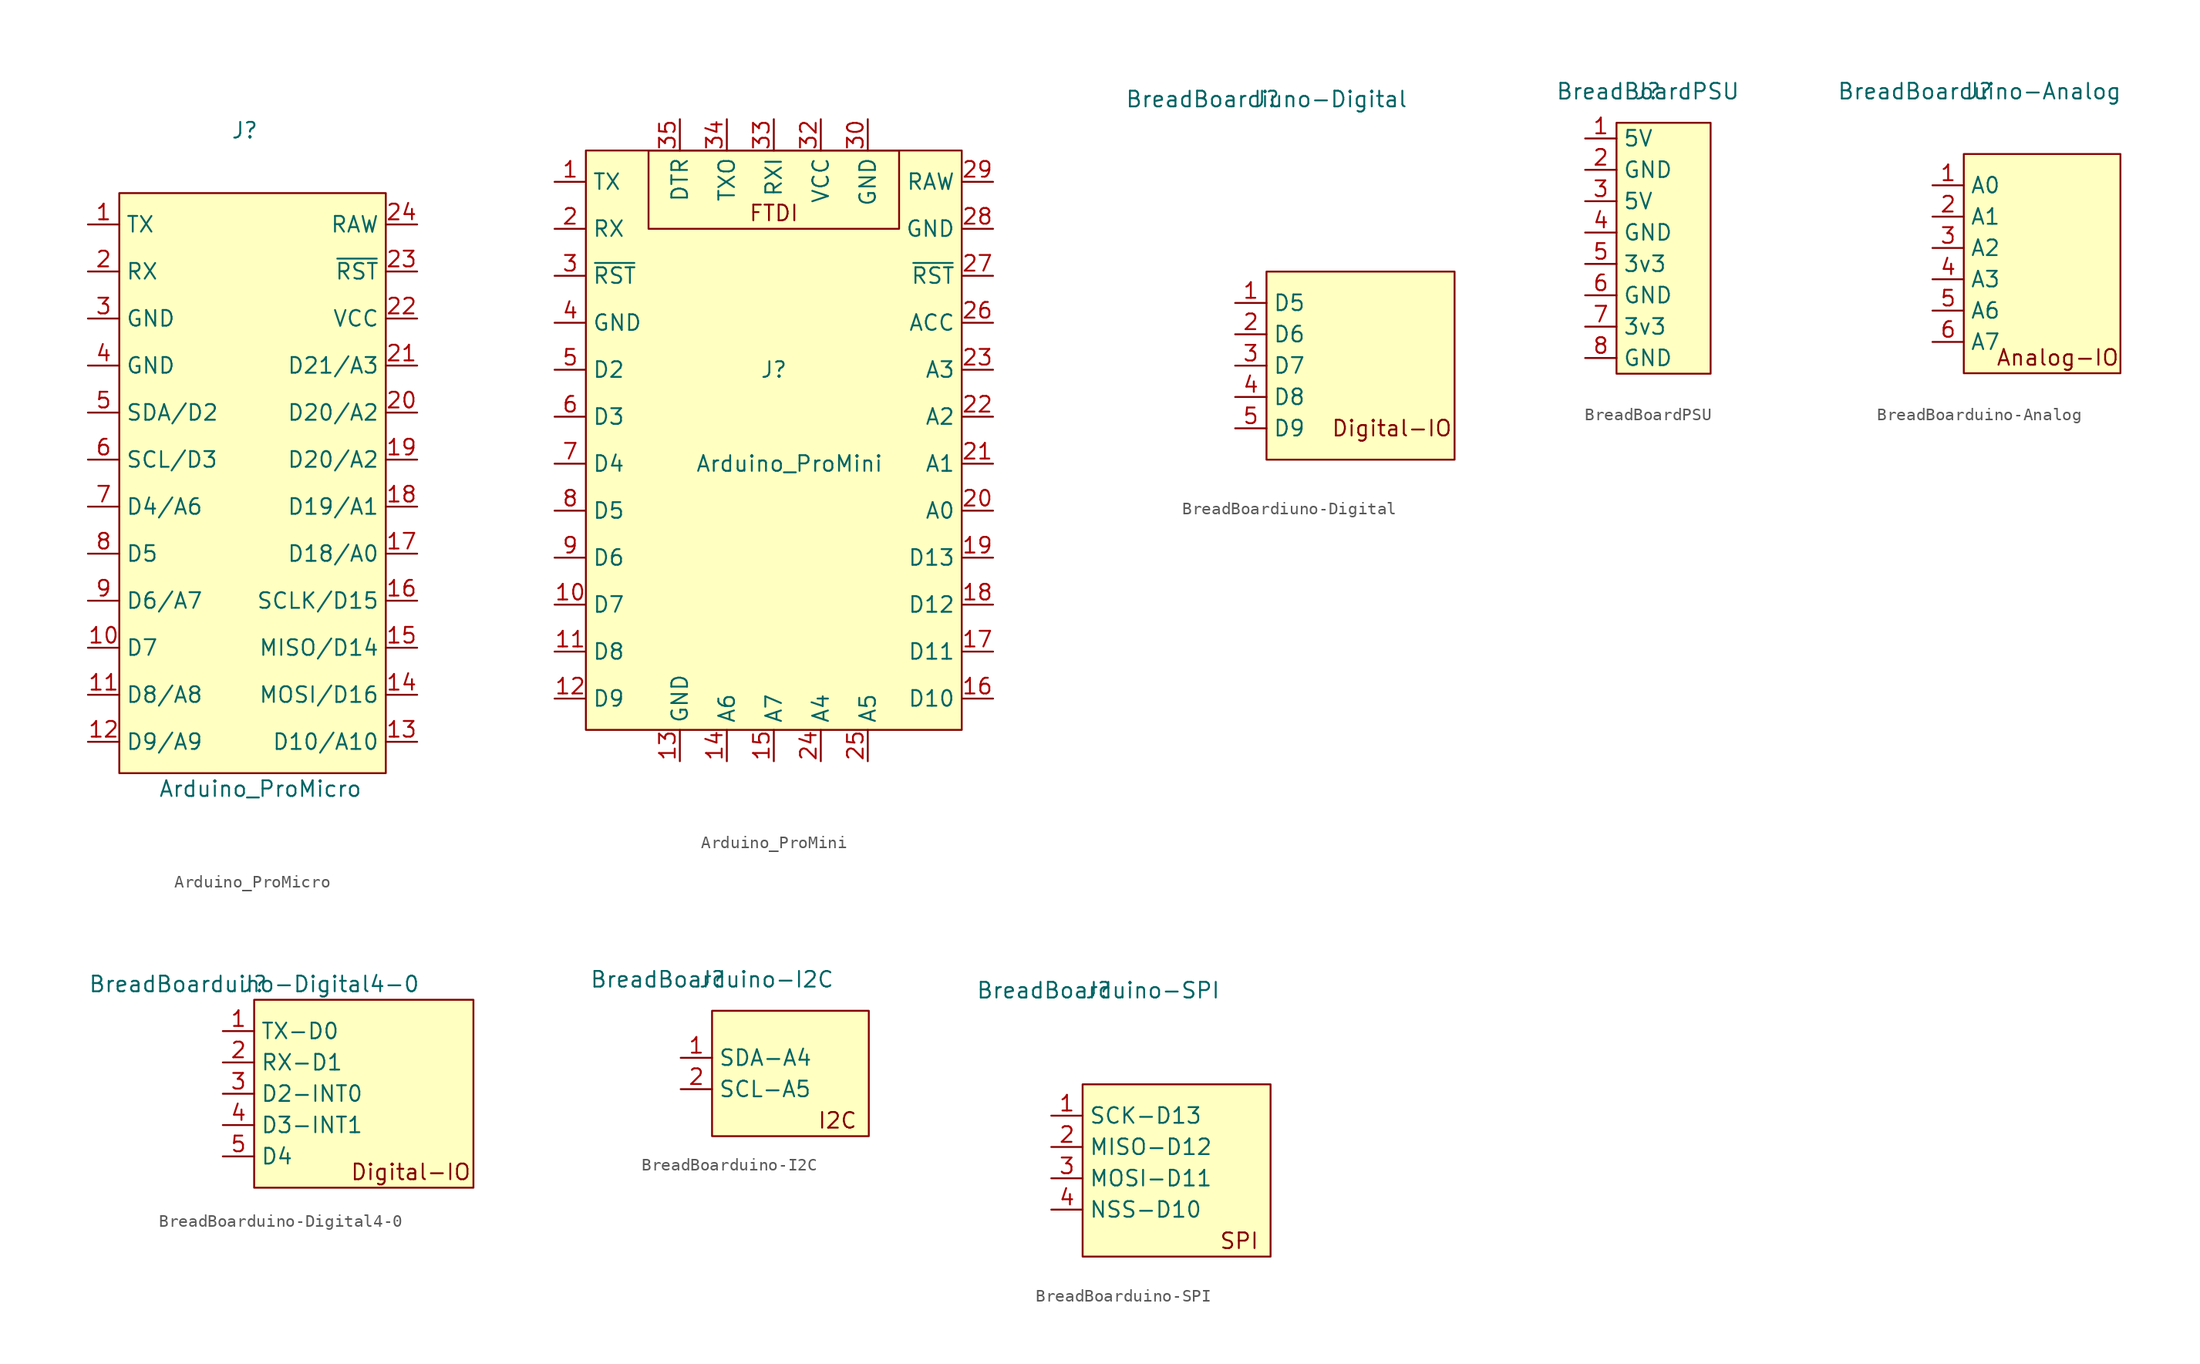
<source format=kicad_sym>
(kicad_symbol_lib
  (version 20211014)
  (generator kicad_symbol_editor)
  (symbol "Arduino_ProMicro"
    (property "Reference" "J"
      (at 0 5.08 0)
      (effects (font (size 1.27 1.27))))
    (property "Value" "Arduino_ProMicro"
      (at 1.27 -48.26 0)
      (effects (font (size 1.27 1.27))))
    (symbol "Arduino_ProMicro_0_1"
      (rectangle (start -10.16 0) (end 11.43 -46.99) (stroke (width 0) (type default) (color 0 0 0 0)) (fill (type background))))
    (symbol "Arduino_ProMicro_1_1"
      (pin input line (at -12.7 -2.54 0) (length 2.54) (name "TX" (effects (font (size 1.27 1.27)))) (number "1" (effects (font (size 1.27 1.27)))))
      (pin input line (at -12.7 -36.83 0) (length 2.54) (name "D7" (effects (font (size 1.27 1.27)))) (number "10" (effects (font (size 1.27 1.27)))))
      (pin input line (at -12.7 -40.64 0) (length 2.54) (name "D8/A8" (effects (font (size 1.27 1.27)))) (number "11" (effects (font (size 1.27 1.27)))))
      (pin input line (at -12.7 -44.45 0) (length 2.54) (name "D9/A9" (effects (font (size 1.27 1.27)))) (number "12" (effects (font (size 1.27 1.27)))))
      (pin input line (at 13.97 -44.45 180) (length 2.54) (name "D10/A10" (effects (font (size 1.27 1.27)))) (number "13" (effects (font (size 1.27 1.27)))))
      (pin input line (at 13.97 -40.64 180) (length 2.54) (name "MOSI/D16" (effects (font (size 1.27 1.27)))) (number "14" (effects (font (size 1.27 1.27)))))
      (pin input line (at 13.97 -36.83 180) (length 2.54) (name "MISO/D14" (effects (font (size 1.27 1.27)))) (number "15" (effects (font (size 1.27 1.27)))))
      (pin input line (at 13.97 -33.02 180) (length 2.54) (name "SCLK/D15" (effects (font (size 1.27 1.27)))) (number "16" (effects (font (size 1.27 1.27)))))
      (pin input line (at 13.97 -29.21 180) (length 2.54) (name "D18/A0" (effects (font (size 1.27 1.27)))) (number "17" (effects (font (size 1.27 1.27)))))
      (pin input line (at 13.97 -25.4 180) (length 2.54) (name "D19/A1" (effects (font (size 1.27 1.27)))) (number "18" (effects (font (size 1.27 1.27)))))
      (pin input line (at 13.97 -21.59 180) (length 2.54) (name "D20/A2" (effects (font (size 1.27 1.27)))) (number "19" (effects (font (size 1.27 1.27)))))
      (pin input line (at -12.7 -6.35 0) (length 2.54) (name "RX" (effects (font (size 1.27 1.27)))) (number "2" (effects (font (size 1.27 1.27)))))
      (pin input line (at 13.97 -17.78 180) (length 2.54) (name "D20/A2" (effects (font (size 1.27 1.27)))) (number "20" (effects (font (size 1.27 1.27)))))
      (pin input line (at 13.97 -13.97 180) (length 2.54) (name "D21/A3" (effects (font (size 1.27 1.27)))) (number "21" (effects (font (size 1.27 1.27)))))
      (pin input line (at 13.97 -10.16 180) (length 2.54) (name "VCC" (effects (font (size 1.27 1.27)))) (number "22" (effects (font (size 1.27 1.27)))))
      (pin input line (at 13.97 -6.35 180) (length 2.54) (name "~{RST}" (effects (font (size 1.27 1.27)))) (number "23" (effects (font (size 1.27 1.27)))))
      (pin input line (at 13.97 -2.54 180) (length 2.54) (name "RAW" (effects (font (size 1.27 1.27)))) (number "24" (effects (font (size 1.27 1.27)))))
      (pin input line (at -12.7 -10.16 0) (length 2.54) (name "GND" (effects (font (size 1.27 1.27)))) (number "3" (effects (font (size 1.27 1.27)))))
      (pin input line (at -12.7 -13.97 0) (length 2.54) (name "GND" (effects (font (size 1.27 1.27)))) (number "4" (effects (font (size 1.27 1.27)))))
      (pin input line (at -12.7 -17.78 0) (length 2.54) (name "SDA/D2" (effects (font (size 1.27 1.27)))) (number "5" (effects (font (size 1.27 1.27)))))
      (pin input line (at -12.7 -21.59 0) (length 2.54) (name "SCL/D3" (effects (font (size 1.27 1.27)))) (number "6" (effects (font (size 1.27 1.27)))))
      (pin input line (at -12.7 -25.4 0) (length 2.54) (name "D4/A6" (effects (font (size 1.27 1.27)))) (number "7" (effects (font (size 1.27 1.27)))))
      (pin input line (at -12.7 -29.21 0) (length 2.54) (name "D5" (effects (font (size 1.27 1.27)))) (number "8" (effects (font (size 1.27 1.27)))))
      (pin input line (at -12.7 -33.02 0) (length 2.54) (name "D6/A7" (effects (font (size 1.27 1.27)))) (number "9" (effects (font (size 1.27 1.27)))))))
  (symbol "Arduino_ProMini"
    (property "Reference" "J"
      (at 15.24 -17.78 0)
      (effects (font (size 1.27 1.27))))
    (property "Value" "Arduino_ProMini"
      (at 16.51 -25.4 0)
      (effects (font (size 1.27 1.27))))
    (symbol "Arduino_ProMini_0_0"
      (text "FTDI" (at 15.24 -5.08 0) (effects (font (size 1.27 1.27)))))
    (symbol "Arduino_ProMini_0_1"
      (rectangle (start 0 0) (end 30.48 -46.99) (stroke (width 0) (type default) (color 0 0 0 0)) (fill (type background)))
      (rectangle (start 5.08 0) (end 25.4 -6.35) (stroke (width 0) (type default) (color 0 0 0 0)) (fill (type background))))
    (symbol "Arduino_ProMini_1_1"
      (pin input line (at -2.54 -2.54 0) (length 2.54) (name "TX" (effects (font (size 1.27 1.27)))) (number "1" (effects (font (size 1.27 1.27)))))
      (pin input line (at -2.54 -36.83 0) (length 2.54) (name "D7" (effects (font (size 1.27 1.27)))) (number "10" (effects (font (size 1.27 1.27)))))
      (pin input line (at -2.54 -40.64 0) (length 2.54) (name "D8" (effects (font (size 1.27 1.27)))) (number "11" (effects (font (size 1.27 1.27)))))
      (pin input line (at -2.54 -44.45 0) (length 2.54) (name "D9" (effects (font (size 1.27 1.27)))) (number "12" (effects (font (size 1.27 1.27)))))
      (pin input line (at 7.62 -49.53 90) (length 2.54) (name "GND" (effects (font (size 1.27 1.27)))) (number "13" (effects (font (size 1.27 1.27)))))
      (pin input line (at 11.43 -49.53 90) (length 2.54) (name "A6" (effects (font (size 1.27 1.27)))) (number "14" (effects (font (size 1.27 1.27)))))
      (pin input line (at 15.24 -49.53 90) (length 2.54) (name "A7" (effects (font (size 1.27 1.27)))) (number "15" (effects (font (size 1.27 1.27)))))
      (pin input line (at 33.02 -44.45 180) (length 2.54) (name "D10" (effects (font (size 1.27 1.27)))) (number "16" (effects (font (size 1.27 1.27)))))
      (pin input line (at 33.02 -40.64 180) (length 2.54) (name "D11" (effects (font (size 1.27 1.27)))) (number "17" (effects (font (size 1.27 1.27)))))
      (pin input line (at 33.02 -36.83 180) (length 2.54) (name "D12" (effects (font (size 1.27 1.27)))) (number "18" (effects (font (size 1.27 1.27)))))
      (pin input line (at 33.02 -33.02 180) (length 2.54) (name "D13" (effects (font (size 1.27 1.27)))) (number "19" (effects (font (size 1.27 1.27)))))
      (pin input line (at -2.54 -6.35 0) (length 2.54) (name "RX" (effects (font (size 1.27 1.27)))) (number "2" (effects (font (size 1.27 1.27)))))
      (pin input line (at 33.02 -29.21 180) (length 2.54) (name "A0" (effects (font (size 1.27 1.27)))) (number "20" (effects (font (size 1.27 1.27)))))
      (pin input line (at 33.02 -25.4 180) (length 2.54) (name "A1" (effects (font (size 1.27 1.27)))) (number "21" (effects (font (size 1.27 1.27)))))
      (pin input line (at 33.02 -21.59 180) (length 2.54) (name "A2" (effects (font (size 1.27 1.27)))) (number "22" (effects (font (size 1.27 1.27)))))
      (pin input line (at 33.02 -17.78 180) (length 2.54) (name "A3" (effects (font (size 1.27 1.27)))) (number "23" (effects (font (size 1.27 1.27)))))
      (pin input line (at 19.05 -49.53 90) (length 2.54) (name "A4" (effects (font (size 1.27 1.27)))) (number "24" (effects (font (size 1.27 1.27)))))
      (pin input line (at 22.86 -49.53 90) (length 2.54) (name "A5" (effects (font (size 1.27 1.27)))) (number "25" (effects (font (size 1.27 1.27)))))
      (pin input line (at 33.02 -13.97 180) (length 2.54) (name "ACC" (effects (font (size 1.27 1.27)))) (number "26" (effects (font (size 1.27 1.27)))))
      (pin input line (at 33.02 -10.16 180) (length 2.54) (name "~{RST}" (effects (font (size 1.27 1.27)))) (number "27" (effects (font (size 1.27 1.27)))))
      (pin input line (at 33.02 -6.35 180) (length 2.54) (name "GND" (effects (font (size 1.27 1.27)))) (number "28" (effects (font (size 1.27 1.27)))))
      (pin input line (at 33.02 -2.54 180) (length 2.54) (name "RAW" (effects (font (size 1.27 1.27)))) (number "29" (effects (font (size 1.27 1.27)))))
      (pin input line (at -2.54 -10.16 0) (length 2.54) (name "~{RST}" (effects (font (size 1.27 1.27)))) (number "3" (effects (font (size 1.27 1.27)))))
      (pin input line (at 22.86 2.54 270) (length 2.54) (name "GND" (effects (font (size 1.27 1.27)))) (number "30" (effects (font (size 1.27 1.27)))))
      (pin input line (at 22.86 2.54 270) (length 2.54) hide (name "GND" (effects (font (size 1.27 1.27)))) (number "31" (effects (font (size 1.27 1.27)))))
      (pin input line (at 19.05 2.54 270) (length 2.54) (name "VCC" (effects (font (size 1.27 1.27)))) (number "32" (effects (font (size 1.27 1.27)))))
      (pin input line (at 15.24 2.54 270) (length 2.54) (name "RXI" (effects (font (size 1.27 1.27)))) (number "33" (effects (font (size 1.27 1.27)))))
      (pin input line (at 11.43 2.54 270) (length 2.54) (name "TXO" (effects (font (size 1.27 1.27)))) (number "34" (effects (font (size 1.27 1.27)))))
      (pin input line (at 7.62 2.54 270) (length 2.54) (name "DTR" (effects (font (size 1.27 1.27)))) (number "35" (effects (font (size 1.27 1.27)))))
      (pin input line (at -2.54 -13.97 0) (length 2.54) (name "GND" (effects (font (size 1.27 1.27)))) (number "4" (effects (font (size 1.27 1.27)))))
      (pin input line (at -2.54 -17.78 0) (length 2.54) (name "D2" (effects (font (size 1.27 1.27)))) (number "5" (effects (font (size 1.27 1.27)))))
      (pin input line (at -2.54 -21.59 0) (length 2.54) (name "D3" (effects (font (size 1.27 1.27)))) (number "6" (effects (font (size 1.27 1.27)))))
      (pin input line (at -2.54 -25.4 0) (length 2.54) (name "D4" (effects (font (size 1.27 1.27)))) (number "7" (effects (font (size 1.27 1.27)))))
      (pin input line (at -2.54 -29.21 0) (length 2.54) (name "D5" (effects (font (size 1.27 1.27)))) (number "8" (effects (font (size 1.27 1.27)))))
      (pin input line (at -2.54 -33.02 0) (length 2.54) (name "D6" (effects (font (size 1.27 1.27)))) (number "9" (effects (font (size 1.27 1.27)))))))
  (symbol "BreadBoardiuno-Digital"
    (property "Reference" "J"
      (at 0 0 0)
      (effects (font (size 1.27 1.27))))
    (property "Value" "BreadBoardiuno-Digital"
      (at 0 0 0)
      (effects (font (size 1.27 1.27))))
    (symbol "BreadBoardiuno-Digital_0_0"
      (text "Digital-IO" (at 10.16 -26.67 0) (effects (font (size 1.27 1.27)))))
    (symbol "BreadBoardiuno-Digital_0_1"
      (rectangle (start 0 -13.97) (end 15.24 -29.21) (stroke (width 0) (type default) (color 0 0 0 0)) (fill (type background))))
    (symbol "BreadBoardiuno-Digital_1_1"
      (pin input line (at -2.54 -16.51 0) (length 2.54) (name "D5" (effects (font (size 1.27 1.27)))) (number "1" (effects (font (size 1.27 1.27)))))
      (pin input line (at -2.54 -19.05 0) (length 2.54) (name "D6" (effects (font (size 1.27 1.27)))) (number "2" (effects (font (size 1.27 1.27)))))
      (pin input line (at -2.54 -21.59 0) (length 2.54) (name "D7" (effects (font (size 1.27 1.27)))) (number "3" (effects (font (size 1.27 1.27)))))
      (pin input line (at -2.54 -24.13 0) (length 2.54) (name "D8" (effects (font (size 1.27 1.27)))) (number "4" (effects (font (size 1.27 1.27)))))
      (pin input line (at -2.54 -26.67 0) (length 2.54) (name "D9" (effects (font (size 1.27 1.27)))) (number "5" (effects (font (size 1.27 1.27)))))))
  (symbol "BreadBoardPSU"
    (property "Reference" "J"
      (at 0 0 0)
      (effects (font (size 1.27 1.27))))
    (property "Value" "BreadBoardPSU"
      (at 0 0 0)
      (effects (font (size 1.27 1.27))))
    (symbol "BreadBoardPSU_0_1"
      (rectangle (start -2.54 -2.54) (end 5.08 -22.86) (stroke (width 0) (type default) (color 0 0 0 0)) (fill (type background))))
    (symbol "BreadBoardPSU_1_1"
      (pin input line (at -5.08 -3.81 0) (length 2.54) (name "5V" (effects (font (size 1.27 1.27)))) (number "1" (effects (font (size 1.27 1.27)))))
      (pin input line (at -5.08 -6.35 0) (length 2.54) (name "GND" (effects (font (size 1.27 1.27)))) (number "2" (effects (font (size 1.27 1.27)))))
      (pin input line (at -5.08 -8.89 0) (length 2.54) (name "5V" (effects (font (size 1.27 1.27)))) (number "3" (effects (font (size 1.27 1.27)))))
      (pin input line (at -5.08 -11.43 0) (length 2.54) (name "GND" (effects (font (size 1.27 1.27)))) (number "4" (effects (font (size 1.27 1.27)))))
      (pin input line (at -5.08 -13.97 0) (length 2.54) (name "3v3" (effects (font (size 1.27 1.27)))) (number "5" (effects (font (size 1.27 1.27)))))
      (pin input line (at -5.08 -16.51 0) (length 2.54) (name "GND" (effects (font (size 1.27 1.27)))) (number "6" (effects (font (size 1.27 1.27)))))
      (pin input line (at -5.08 -19.05 0) (length 2.54) (name "3v3" (effects (font (size 1.27 1.27)))) (number "7" (effects (font (size 1.27 1.27)))))
      (pin input line (at -5.08 -21.59 0) (length 2.54) (name "GND" (effects (font (size 1.27 1.27)))) (number "8" (effects (font (size 1.27 1.27)))))))
  (symbol "BreadBoarduino-Analog"
    (property "Reference" "J"
      (at 0 0 0)
      (effects (font (size 1.27 1.27))))
    (property "Value" "BreadBoarduino-Analog"
      (at 0 0 0)
      (effects (font (size 1.27 1.27))))
    (symbol "BreadBoarduino-Analog_0_0"
      (rectangle (start -1.27 -5.08) (end 11.43 -22.86) (stroke (width 0) (type default) (color 0 0 0 0)) (fill (type background)))
      (text "Analog-IO" (at 6.35 -21.59 0) (effects (font (size 1.27 1.27)))))
    (symbol "BreadBoarduino-Analog_1_1"
      (pin input line (at -3.81 -7.62 0) (length 2.54) (name "A0" (effects (font (size 1.27 1.27)))) (number "1" (effects (font (size 1.27 1.27)))))
      (pin input line (at -3.81 -10.16 0) (length 2.54) (name "A1" (effects (font (size 1.27 1.27)))) (number "2" (effects (font (size 1.27 1.27)))))
      (pin input line (at -3.81 -12.7 0) (length 2.54) (name "A2" (effects (font (size 1.27 1.27)))) (number "3" (effects (font (size 1.27 1.27)))))
      (pin input line (at -3.81 -15.24 0) (length 2.54) (name "A3" (effects (font (size 1.27 1.27)))) (number "4" (effects (font (size 1.27 1.27)))))
      (pin input line (at -3.81 -17.78 0) (length 2.54) (name "A6" (effects (font (size 1.27 1.27)))) (number "5" (effects (font (size 1.27 1.27)))))
      (pin input line (at -3.81 -20.32 0) (length 2.54) (name "A7" (effects (font (size 1.27 1.27)))) (number "6" (effects (font (size 1.27 1.27)))))))
  (symbol "BreadBoarduino-Digital4-0"
    (property "Reference" "J"
      (at 0 0 0)
      (effects (font (size 1.27 1.27))))
    (property "Value" "BreadBoarduino-Digital4-0"
      (at 0 0 0)
      (effects (font (size 1.27 1.27))))
    (symbol "BreadBoarduino-Digital4-0_0_0"
      (rectangle (start 0 -1.27) (end 17.78 -16.51) (stroke (width 0) (type default) (color 0 0 0 0)) (fill (type background)))
      (text "Digital-IO" (at 12.7 -15.24 0) (effects (font (size 1.27 1.27)))))
    (symbol "BreadBoarduino-Digital4-0_1_1"
      (pin input line (at -2.54 -3.81 0) (length 2.54) (name "TX-D0" (effects (font (size 1.27 1.27)))) (number "1" (effects (font (size 1.27 1.27)))))
      (pin input line (at -2.54 -6.35 0) (length 2.54) (name "RX-D1" (effects (font (size 1.27 1.27)))) (number "2" (effects (font (size 1.27 1.27)))))
      (pin input line (at -2.54 -8.89 0) (length 2.54) (name "D2-INT0" (effects (font (size 1.27 1.27)))) (number "3" (effects (font (size 1.27 1.27)))))
      (pin input line (at -2.54 -11.43 0) (length 2.54) (name "D3-INT1" (effects (font (size 1.27 1.27)))) (number "4" (effects (font (size 1.27 1.27)))))
      (pin input line (at -2.54 -13.97 0) (length 2.54) (name "D4" (effects (font (size 1.27 1.27)))) (number "5" (effects (font (size 1.27 1.27)))))))
  (symbol "BreadBoarduino-I2C"
    (property "Reference" "J"
      (at 0 0 0)
      (effects (font (size 1.27 1.27))))
    (property "Value" "BreadBoarduino-I2C"
      (at 0 0 0)
      (effects (font (size 1.27 1.27))))
    (symbol "BreadBoarduino-I2C_0_0"
      (rectangle (start 0 -2.54) (end 12.7 -12.7) (stroke (width 0) (type default) (color 0 0 0 0)) (fill (type background)))
      (text "I2C" (at 10.16 -11.43 0) (effects (font (size 1.27 1.27)))))
    (symbol "BreadBoarduino-I2C_1_1"
      (pin input line (at -2.54 -6.35 0) (length 2.54) (name "SDA-A4" (effects (font (size 1.27 1.27)))) (number "1" (effects (font (size 1.27 1.27)))))
      (pin input line (at -2.54 -8.89 0) (length 2.54) (name "SCL-A5" (effects (font (size 1.27 1.27)))) (number "2" (effects (font (size 1.27 1.27)))))))
  (symbol "BreadBoarduino-SPI"
    (property "Reference" "J"
      (at 0 0 0)
      (effects (font (size 1.27 1.27))))
    (property "Value" "BreadBoarduino-SPI"
      (at 0 0 0)
      (effects (font (size 1.27 1.27))))
    (symbol "BreadBoarduino-SPI_0_0"
      (text "SPI" (at 11.43 -20.32 0) (effects (font (size 1.27 1.27)))))
    (symbol "BreadBoarduino-SPI_1_0"
      (rectangle (start -1.27 -7.62) (end 13.97 -21.59) (stroke (width 0) (type default) (color 0 0 0 0)) (fill (type background))))
    (symbol "BreadBoarduino-SPI_1_1"
      (pin input line (at -3.81 -10.16 0) (length 2.54) (name "SCK-D13" (effects (font (size 1.27 1.27)))) (number "1" (effects (font (size 1.27 1.27)))))
      (pin input line (at -3.81 -12.7 0) (length 2.54) (name "MISO-D12" (effects (font (size 1.27 1.27)))) (number "2" (effects (font (size 1.27 1.27)))))
      (pin input line (at -3.81 -15.24 0) (length 2.54) (name "MOSI-D11" (effects (font (size 1.27 1.27)))) (number "3" (effects (font (size 1.27 1.27)))))
      (pin input line (at -3.81 -17.78 0) (length 2.54) (name "NSS-D10" (effects (font (size 1.27 1.27)))) (number "4" (effects (font (size 1.27 1.27))))))))
</source>
